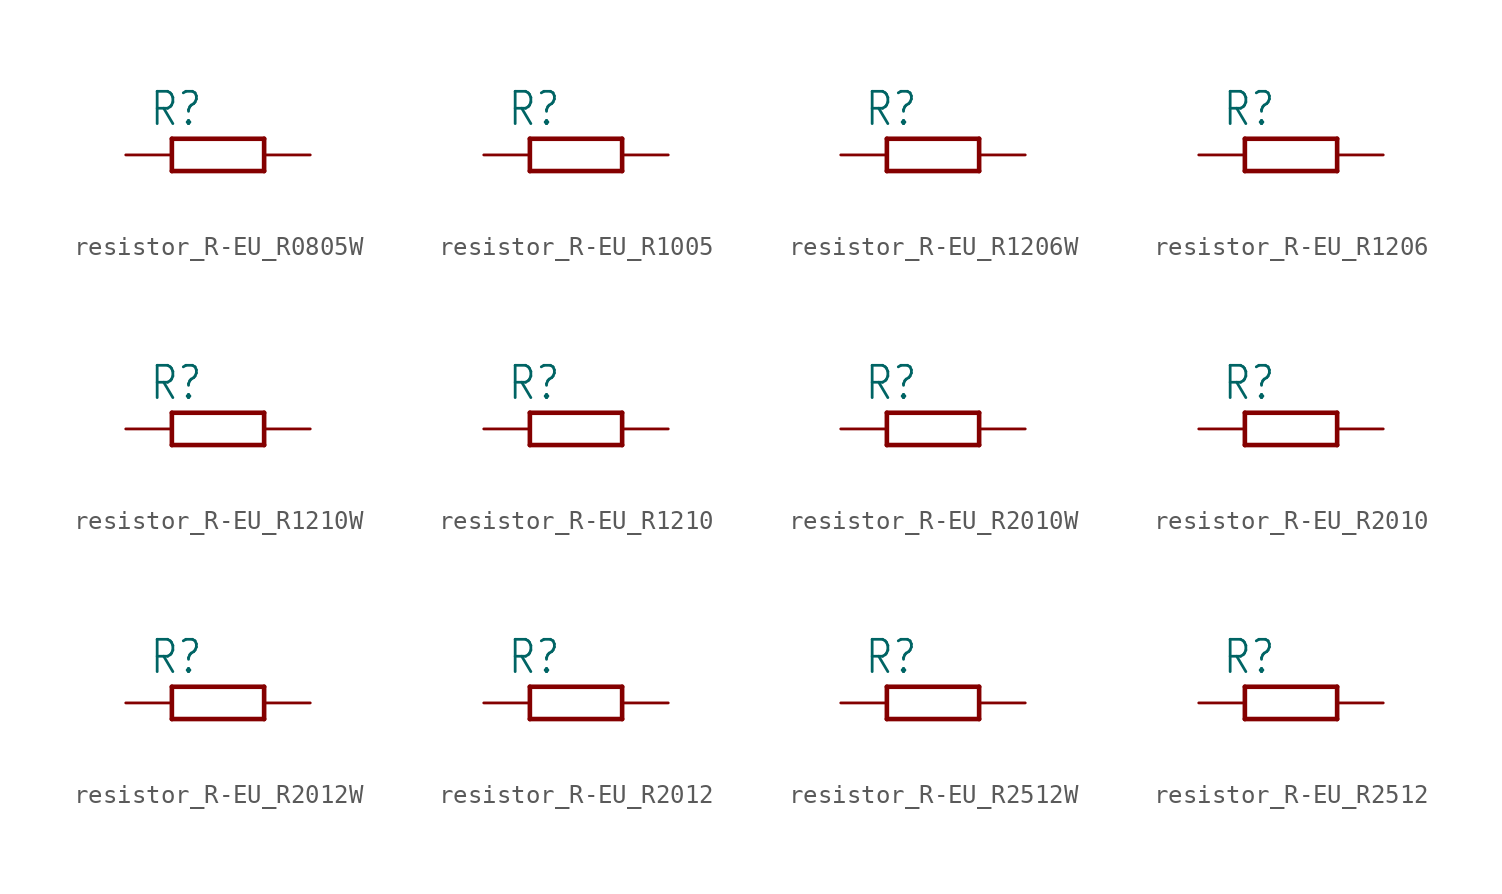
<source format=kicad_sym>
(kicad_symbol_lib
  (version 20241209)
  (generator "kicad_symbol_editor")
  (generator_version "9.0")
  (symbol "resistor_R-EU_R0805W"
    (property "Reference" "R"
      (at -3.81 1.499 0)
      (effects (font (size 1.778 1.511)) (justify left bottom)))
    (property "Value" ""
      (at -3.81 -3.302 0)
      (effects (font (size 1.778 1.511)) (justify left bottom)))
    (property "ki_locked" ""
      (at 0 0 0)
      (effects (font (size 1.27 1.27))))
    (symbol "resistor_R-EU_R0805W_1_0"
      (polyline (pts (xy -2.54 -0.889) (xy -2.54 0.889)) (stroke (width 0.254) (type solid)) (fill (type none)))
      (polyline (pts (xy -2.54 -0.889) (xy 2.54 -0.889)) (stroke (width 0.254) (type solid)) (fill (type none)))
      (polyline (pts (xy 2.54 0.889) (xy -2.54 0.889)) (stroke (width 0.254) (type solid)) (fill (type none)))
      (polyline (pts (xy 2.54 -0.889) (xy 2.54 0.889)) (stroke (width 0.254) (type solid)) (fill (type none)))
      (pin passive line (at -5.08 0 0) (length 2.54) (name "1" (effects (font (size 0 0)))) (number "1" (effects (font (size 0 0)))))
      (pin passive line (at 5.08 0 180) (length 2.54) (name "2" (effects (font (size 0 0)))) (number "2" (effects (font (size 0 0)))))))
  (symbol "resistor_R-EU_R1005"
    (property "Reference" "R"
      (at -3.81 1.499 0)
      (effects (font (size 1.778 1.511)) (justify left bottom)))
    (property "Value" ""
      (at -3.81 -3.302 0)
      (effects (font (size 1.778 1.511)) (justify left bottom)))
    (property "ki_locked" ""
      (at 0 0 0)
      (effects (font (size 1.27 1.27))))
    (symbol "resistor_R-EU_R1005_1_0"
      (polyline (pts (xy -2.54 -0.889) (xy -2.54 0.889)) (stroke (width 0.254) (type solid)) (fill (type none)))
      (polyline (pts (xy -2.54 -0.889) (xy 2.54 -0.889)) (stroke (width 0.254) (type solid)) (fill (type none)))
      (polyline (pts (xy 2.54 0.889) (xy -2.54 0.889)) (stroke (width 0.254) (type solid)) (fill (type none)))
      (polyline (pts (xy 2.54 -0.889) (xy 2.54 0.889)) (stroke (width 0.254) (type solid)) (fill (type none)))
      (pin passive line (at -5.08 0 0) (length 2.54) (name "1" (effects (font (size 0 0)))) (number "1" (effects (font (size 0 0)))))
      (pin passive line (at 5.08 0 180) (length 2.54) (name "2" (effects (font (size 0 0)))) (number "2" (effects (font (size 0 0)))))))
  (symbol "resistor_R-EU_R1206W"
    (property "Reference" "R"
      (at -3.81 1.499 0)
      (effects (font (size 1.778 1.511)) (justify left bottom)))
    (property "Value" ""
      (at -3.81 -3.302 0)
      (effects (font (size 1.778 1.511)) (justify left bottom)))
    (property "ki_locked" ""
      (at 0 0 0)
      (effects (font (size 1.27 1.27))))
    (symbol "resistor_R-EU_R1206W_1_0"
      (polyline (pts (xy -2.54 -0.889) (xy -2.54 0.889)) (stroke (width 0.254) (type solid)) (fill (type none)))
      (polyline (pts (xy -2.54 -0.889) (xy 2.54 -0.889)) (stroke (width 0.254) (type solid)) (fill (type none)))
      (polyline (pts (xy 2.54 0.889) (xy -2.54 0.889)) (stroke (width 0.254) (type solid)) (fill (type none)))
      (polyline (pts (xy 2.54 -0.889) (xy 2.54 0.889)) (stroke (width 0.254) (type solid)) (fill (type none)))
      (pin passive line (at -5.08 0 0) (length 2.54) (name "1" (effects (font (size 0 0)))) (number "1" (effects (font (size 0 0)))))
      (pin passive line (at 5.08 0 180) (length 2.54) (name "2" (effects (font (size 0 0)))) (number "2" (effects (font (size 0 0)))))))
  (symbol "resistor_R-EU_R1206"
    (property "Reference" "R"
      (at -3.81 1.499 0)
      (effects (font (size 1.778 1.511)) (justify left bottom)))
    (property "Value" ""
      (at -3.81 -3.302 0)
      (effects (font (size 1.778 1.511)) (justify left bottom)))
    (property "ki_locked" ""
      (at 0 0 0)
      (effects (font (size 1.27 1.27))))
    (symbol "resistor_R-EU_R1206_1_0"
      (polyline (pts (xy -2.54 -0.889) (xy -2.54 0.889)) (stroke (width 0.254) (type solid)) (fill (type none)))
      (polyline (pts (xy -2.54 -0.889) (xy 2.54 -0.889)) (stroke (width 0.254) (type solid)) (fill (type none)))
      (polyline (pts (xy 2.54 0.889) (xy -2.54 0.889)) (stroke (width 0.254) (type solid)) (fill (type none)))
      (polyline (pts (xy 2.54 -0.889) (xy 2.54 0.889)) (stroke (width 0.254) (type solid)) (fill (type none)))
      (pin passive line (at -5.08 0 0) (length 2.54) (name "1" (effects (font (size 0 0)))) (number "1" (effects (font (size 0 0)))))
      (pin passive line (at 5.08 0 180) (length 2.54) (name "2" (effects (font (size 0 0)))) (number "2" (effects (font (size 0 0)))))))
  (symbol "resistor_R-EU_R1210W"
    (property "Reference" "R"
      (at -3.81 1.499 0)
      (effects (font (size 1.778 1.511)) (justify left bottom)))
    (property "Value" ""
      (at -3.81 -3.302 0)
      (effects (font (size 1.778 1.511)) (justify left bottom)))
    (property "ki_locked" ""
      (at 0 0 0)
      (effects (font (size 1.27 1.27))))
    (symbol "resistor_R-EU_R1210W_1_0"
      (polyline (pts (xy -2.54 -0.889) (xy -2.54 0.889)) (stroke (width 0.254) (type solid)) (fill (type none)))
      (polyline (pts (xy -2.54 -0.889) (xy 2.54 -0.889)) (stroke (width 0.254) (type solid)) (fill (type none)))
      (polyline (pts (xy 2.54 0.889) (xy -2.54 0.889)) (stroke (width 0.254) (type solid)) (fill (type none)))
      (polyline (pts (xy 2.54 -0.889) (xy 2.54 0.889)) (stroke (width 0.254) (type solid)) (fill (type none)))
      (pin passive line (at -5.08 0 0) (length 2.54) (name "1" (effects (font (size 0 0)))) (number "1" (effects (font (size 0 0)))))
      (pin passive line (at 5.08 0 180) (length 2.54) (name "2" (effects (font (size 0 0)))) (number "2" (effects (font (size 0 0)))))))
  (symbol "resistor_R-EU_R1210"
    (property "Reference" "R"
      (at -3.81 1.499 0)
      (effects (font (size 1.778 1.511)) (justify left bottom)))
    (property "Value" ""
      (at -3.81 -3.302 0)
      (effects (font (size 1.778 1.511)) (justify left bottom)))
    (property "ki_locked" ""
      (at 0 0 0)
      (effects (font (size 1.27 1.27))))
    (symbol "resistor_R-EU_R1210_1_0"
      (polyline (pts (xy -2.54 -0.889) (xy -2.54 0.889)) (stroke (width 0.254) (type solid)) (fill (type none)))
      (polyline (pts (xy -2.54 -0.889) (xy 2.54 -0.889)) (stroke (width 0.254) (type solid)) (fill (type none)))
      (polyline (pts (xy 2.54 0.889) (xy -2.54 0.889)) (stroke (width 0.254) (type solid)) (fill (type none)))
      (polyline (pts (xy 2.54 -0.889) (xy 2.54 0.889)) (stroke (width 0.254) (type solid)) (fill (type none)))
      (pin passive line (at -5.08 0 0) (length 2.54) (name "1" (effects (font (size 0 0)))) (number "1" (effects (font (size 0 0)))))
      (pin passive line (at 5.08 0 180) (length 2.54) (name "2" (effects (font (size 0 0)))) (number "2" (effects (font (size 0 0)))))))
  (symbol "resistor_R-EU_R2010W"
    (property "Reference" "R"
      (at -3.81 1.499 0)
      (effects (font (size 1.778 1.511)) (justify left bottom)))
    (property "Value" ""
      (at -3.81 -3.302 0)
      (effects (font (size 1.778 1.511)) (justify left bottom)))
    (property "ki_locked" ""
      (at 0 0 0)
      (effects (font (size 1.27 1.27))))
    (symbol "resistor_R-EU_R2010W_1_0"
      (polyline (pts (xy -2.54 -0.889) (xy -2.54 0.889)) (stroke (width 0.254) (type solid)) (fill (type none)))
      (polyline (pts (xy -2.54 -0.889) (xy 2.54 -0.889)) (stroke (width 0.254) (type solid)) (fill (type none)))
      (polyline (pts (xy 2.54 0.889) (xy -2.54 0.889)) (stroke (width 0.254) (type solid)) (fill (type none)))
      (polyline (pts (xy 2.54 -0.889) (xy 2.54 0.889)) (stroke (width 0.254) (type solid)) (fill (type none)))
      (pin passive line (at -5.08 0 0) (length 2.54) (name "1" (effects (font (size 0 0)))) (number "1" (effects (font (size 0 0)))))
      (pin passive line (at 5.08 0 180) (length 2.54) (name "2" (effects (font (size 0 0)))) (number "2" (effects (font (size 0 0)))))))
  (symbol "resistor_R-EU_R2010"
    (property "Reference" "R"
      (at -3.81 1.499 0)
      (effects (font (size 1.778 1.511)) (justify left bottom)))
    (property "Value" ""
      (at -3.81 -3.302 0)
      (effects (font (size 1.778 1.511)) (justify left bottom)))
    (property "ki_locked" ""
      (at 0 0 0)
      (effects (font (size 1.27 1.27))))
    (symbol "resistor_R-EU_R2010_1_0"
      (polyline (pts (xy -2.54 -0.889) (xy -2.54 0.889)) (stroke (width 0.254) (type solid)) (fill (type none)))
      (polyline (pts (xy -2.54 -0.889) (xy 2.54 -0.889)) (stroke (width 0.254) (type solid)) (fill (type none)))
      (polyline (pts (xy 2.54 0.889) (xy -2.54 0.889)) (stroke (width 0.254) (type solid)) (fill (type none)))
      (polyline (pts (xy 2.54 -0.889) (xy 2.54 0.889)) (stroke (width 0.254) (type solid)) (fill (type none)))
      (pin passive line (at -5.08 0 0) (length 2.54) (name "1" (effects (font (size 0 0)))) (number "1" (effects (font (size 0 0)))))
      (pin passive line (at 5.08 0 180) (length 2.54) (name "2" (effects (font (size 0 0)))) (number "2" (effects (font (size 0 0)))))))
  (symbol "resistor_R-EU_R2012W"
    (property "Reference" "R"
      (at -3.81 1.499 0)
      (effects (font (size 1.778 1.511)) (justify left bottom)))
    (property "Value" ""
      (at -3.81 -3.302 0)
      (effects (font (size 1.778 1.511)) (justify left bottom)))
    (property "ki_locked" ""
      (at 0 0 0)
      (effects (font (size 1.27 1.27))))
    (symbol "resistor_R-EU_R2012W_1_0"
      (polyline (pts (xy -2.54 -0.889) (xy -2.54 0.889)) (stroke (width 0.254) (type solid)) (fill (type none)))
      (polyline (pts (xy -2.54 -0.889) (xy 2.54 -0.889)) (stroke (width 0.254) (type solid)) (fill (type none)))
      (polyline (pts (xy 2.54 0.889) (xy -2.54 0.889)) (stroke (width 0.254) (type solid)) (fill (type none)))
      (polyline (pts (xy 2.54 -0.889) (xy 2.54 0.889)) (stroke (width 0.254) (type solid)) (fill (type none)))
      (pin passive line (at -5.08 0 0) (length 2.54) (name "1" (effects (font (size 0 0)))) (number "1" (effects (font (size 0 0)))))
      (pin passive line (at 5.08 0 180) (length 2.54) (name "2" (effects (font (size 0 0)))) (number "2" (effects (font (size 0 0)))))))
  (symbol "resistor_R-EU_R2012"
    (property "Reference" "R"
      (at -3.81 1.499 0)
      (effects (font (size 1.778 1.511)) (justify left bottom)))
    (property "Value" ""
      (at -3.81 -3.302 0)
      (effects (font (size 1.778 1.511)) (justify left bottom)))
    (property "ki_locked" ""
      (at 0 0 0)
      (effects (font (size 1.27 1.27))))
    (symbol "resistor_R-EU_R2012_1_0"
      (polyline (pts (xy -2.54 -0.889) (xy -2.54 0.889)) (stroke (width 0.254) (type solid)) (fill (type none)))
      (polyline (pts (xy -2.54 -0.889) (xy 2.54 -0.889)) (stroke (width 0.254) (type solid)) (fill (type none)))
      (polyline (pts (xy 2.54 0.889) (xy -2.54 0.889)) (stroke (width 0.254) (type solid)) (fill (type none)))
      (polyline (pts (xy 2.54 -0.889) (xy 2.54 0.889)) (stroke (width 0.254) (type solid)) (fill (type none)))
      (pin passive line (at -5.08 0 0) (length 2.54) (name "1" (effects (font (size 0 0)))) (number "1" (effects (font (size 0 0)))))
      (pin passive line (at 5.08 0 180) (length 2.54) (name "2" (effects (font (size 0 0)))) (number "2" (effects (font (size 0 0)))))))
  (symbol "resistor_R-EU_R2512W"
    (property "Reference" "R"
      (at -3.81 1.499 0)
      (effects (font (size 1.778 1.511)) (justify left bottom)))
    (property "Value" ""
      (at -3.81 -3.302 0)
      (effects (font (size 1.778 1.511)) (justify left bottom)))
    (property "ki_locked" ""
      (at 0 0 0)
      (effects (font (size 1.27 1.27))))
    (symbol "resistor_R-EU_R2512W_1_0"
      (polyline (pts (xy -2.54 -0.889) (xy -2.54 0.889)) (stroke (width 0.254) (type solid)) (fill (type none)))
      (polyline (pts (xy -2.54 -0.889) (xy 2.54 -0.889)) (stroke (width 0.254) (type solid)) (fill (type none)))
      (polyline (pts (xy 2.54 0.889) (xy -2.54 0.889)) (stroke (width 0.254) (type solid)) (fill (type none)))
      (polyline (pts (xy 2.54 -0.889) (xy 2.54 0.889)) (stroke (width 0.254) (type solid)) (fill (type none)))
      (pin passive line (at -5.08 0 0) (length 2.54) (name "1" (effects (font (size 0 0)))) (number "1" (effects (font (size 0 0)))))
      (pin passive line (at 5.08 0 180) (length 2.54) (name "2" (effects (font (size 0 0)))) (number "2" (effects (font (size 0 0)))))))
  (symbol "resistor_R-EU_R2512"
    (property "Reference" "R"
      (at -3.81 1.499 0)
      (effects (font (size 1.778 1.511)) (justify left bottom)))
    (property "Value" ""
      (at -3.81 -3.302 0)
      (effects (font (size 1.778 1.511)) (justify left bottom)))
    (property "ki_locked" ""
      (at 0 0 0)
      (effects (font (size 1.27 1.27))))
    (symbol "resistor_R-EU_R2512_1_0"
      (polyline (pts (xy -2.54 -0.889) (xy -2.54 0.889)) (stroke (width 0.254) (type solid)) (fill (type none)))
      (polyline (pts (xy -2.54 -0.889) (xy 2.54 -0.889)) (stroke (width 0.254) (type solid)) (fill (type none)))
      (polyline (pts (xy 2.54 0.889) (xy -2.54 0.889)) (stroke (width 0.254) (type solid)) (fill (type none)))
      (polyline (pts (xy 2.54 -0.889) (xy 2.54 0.889)) (stroke (width 0.254) (type solid)) (fill (type none)))
      (pin passive line (at -5.08 0 0) (length 2.54) (name "1" (effects (font (size 0 0)))) (number "1" (effects (font (size 0 0)))))
      (pin passive line (at 5.08 0 180) (length 2.54) (name "2" (effects (font (size 0 0)))) (number "2" (effects (font (size 0 0))))))))
</source>
